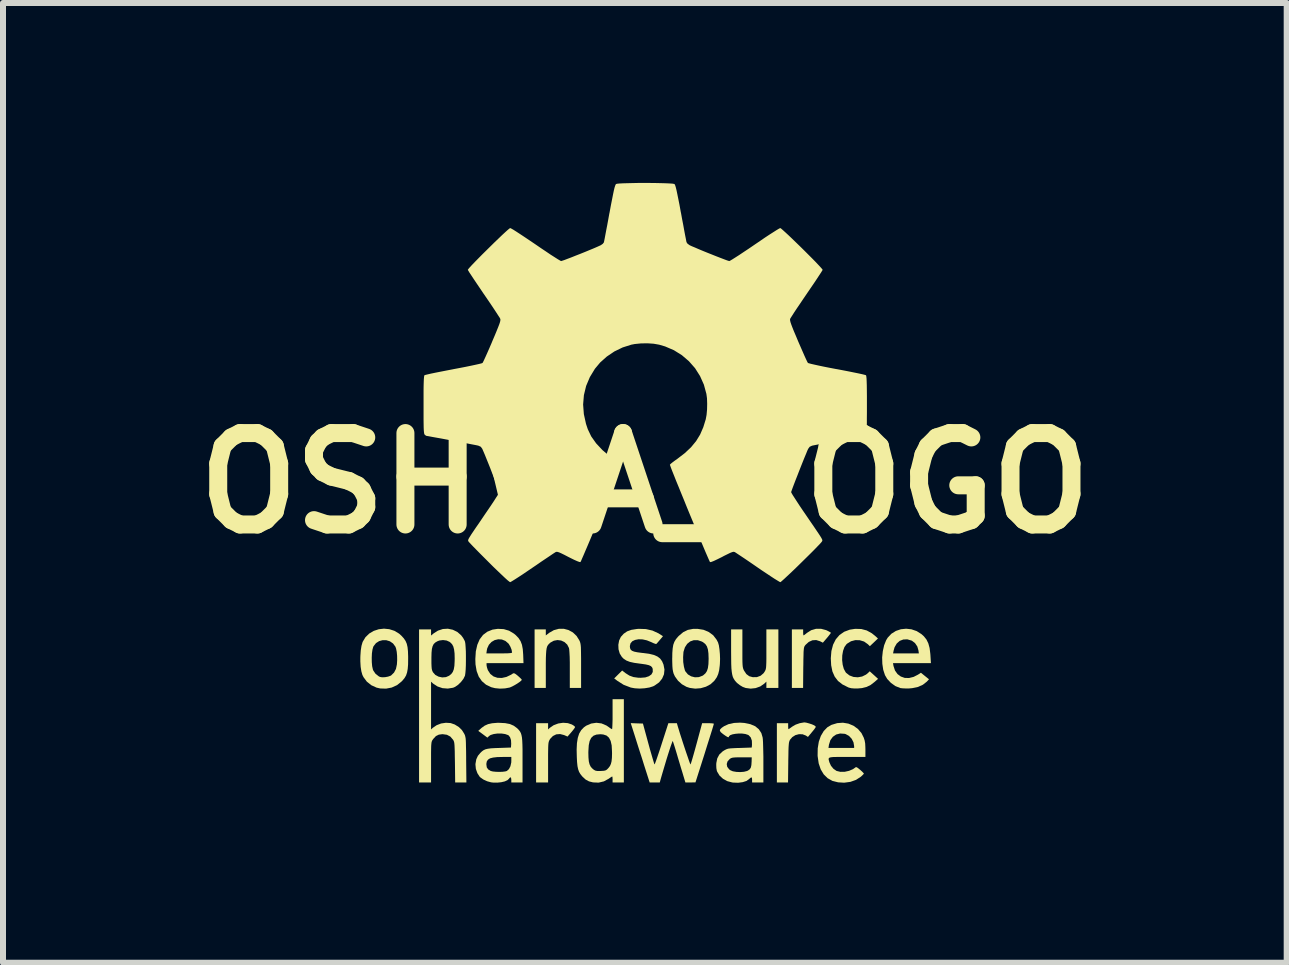
<source format=kicad_pcb>
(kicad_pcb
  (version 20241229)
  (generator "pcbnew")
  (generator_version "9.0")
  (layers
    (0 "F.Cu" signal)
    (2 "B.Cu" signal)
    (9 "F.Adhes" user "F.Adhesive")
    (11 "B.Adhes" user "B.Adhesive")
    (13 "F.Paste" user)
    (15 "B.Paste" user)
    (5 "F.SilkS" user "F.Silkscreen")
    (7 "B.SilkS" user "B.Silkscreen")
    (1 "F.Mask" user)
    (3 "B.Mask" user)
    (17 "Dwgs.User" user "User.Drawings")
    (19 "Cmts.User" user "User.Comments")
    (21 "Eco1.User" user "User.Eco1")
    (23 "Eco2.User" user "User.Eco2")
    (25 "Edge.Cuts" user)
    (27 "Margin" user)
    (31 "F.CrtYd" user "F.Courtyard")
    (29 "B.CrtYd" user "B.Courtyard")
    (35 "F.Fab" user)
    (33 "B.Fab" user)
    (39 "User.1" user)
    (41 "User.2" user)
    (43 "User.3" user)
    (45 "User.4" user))
  (footprint "OSHWA_LOGO"
    (layer "F.Cu")
    (at 7.7 5.004)
    (property "Reference" "OSHWA_LOGO" (at 0 0 0) (layer "F.SilkS") (effects (font (size 1.524 1.524) (thickness 0.3))))
    (attr board_only exclude_from_pos_files exclude_from_bom)
    (fp_poly (pts (xy -1.284 4.001) (xy -1.216 4.024) (xy -1.185 4.043) (xy -1.166 4.06) (xy -1.163 4.066) (xy -1.171 4.082) (xy -1.191 4.11) (xy -1.22 4.146) (xy -1.226 4.153) (xy -1.289 4.225) (xy -1.346 4.2) (xy -1.413 4.183) (xy -1.477 4.188) (xy -1.533 4.216) (xy -1.579 4.264) (xy -1.587 4.278) (xy -1.595 4.293) (xy -1.601 4.309) (xy -1.606 4.33) (xy -1.609 4.359) (xy -1.611 4.399) (xy -1.612 4.452) (xy -1.613 4.523) (xy -1.613 4.614) (xy -1.613 4.657) (xy -1.613 4.99) (xy -1.813 4.99) (xy -1.813 4.002) (xy -1.613 4.002) (xy -1.613 4.106) (xy -1.585 4.08) (xy -1.521 4.036) (xy -1.444 4.007) (xy -1.363 3.995)) (stroke (width 0) (type solid)) (fill yes) (layer "F.SilkS"))
    (fp_poly (pts (xy 3.02 2.45) (xy 3.036 2.457) (xy 3.071 2.475) (xy 3.095 2.489) (xy 3.102 2.495) (xy 3.094 2.508) (xy 3.074 2.534) (xy 3.045 2.57) (xy 3.035 2.582) (xy 2.968 2.66) (xy 2.92 2.636) (xy 2.857 2.616) (xy 2.793 2.62) (xy 2.733 2.647) (xy 2.68 2.695) (xy 2.671 2.706) (xy 2.663 2.718) (xy 2.657 2.731) (xy 2.652 2.75) (xy 2.649 2.778) (xy 2.646 2.816) (xy 2.645 2.869) (xy 2.643 2.94) (xy 2.642 3.031) (xy 2.641 3.077) (xy 2.638 3.414) (xy 2.451 3.414) (xy 2.451 2.439) (xy 2.639 2.439) (xy 2.639 2.489) (xy 2.64 2.52) (xy 2.645 2.537) (xy 2.646 2.539) (xy 2.659 2.531) (xy 2.684 2.512) (xy 2.702 2.497) (xy 2.773 2.452) (xy 2.852 2.429) (xy 2.936 2.428)) (stroke (width 0) (type solid)) (fill yes) (layer "F.SilkS"))
    (fp_poly (pts (xy 2.695 3.994) (xy 2.739 4.006) (xy 2.785 4.021) (xy 2.821 4.037) (xy 2.832 4.044) (xy 2.847 4.056) (xy 2.848 4.068) (xy 2.835 4.088) (xy 2.824 4.104) (xy 2.793 4.142) (xy 2.76 4.182) (xy 2.755 4.188) (xy 2.719 4.231) (xy 2.684 4.208) (xy 2.63 4.187) (xy 2.57 4.185) (xy 2.51 4.201) (xy 2.458 4.234) (xy 2.42 4.278) (xy 2.413 4.292) (xy 2.407 4.309) (xy 2.402 4.331) (xy 2.399 4.361) (xy 2.396 4.403) (xy 2.394 4.46) (xy 2.393 4.534) (xy 2.391 4.63) (xy 2.391 4.655) (xy 2.387 4.99) (xy 2.201 4.99) (xy 2.201 4.002) (xy 2.389 4.002) (xy 2.389 4.052) (xy 2.39 4.083) (xy 2.393 4.101) (xy 2.395 4.102) (xy 2.407 4.095) (xy 2.433 4.077) (xy 2.457 4.059) (xy 2.514 4.026) (xy 2.582 4.002) (xy 2.649 3.99) (xy 2.662 3.989)) (stroke (width 0) (type solid)) (fill yes) (layer "F.SilkS"))
    (fp_poly (pts (xy -1.273 2.449) (xy -1.2 2.489) (xy -1.138 2.548) (xy -1.093 2.62) (xy -1.084 2.639) (xy -1.078 2.657) (xy -1.073 2.677) (xy -1.069 2.704) (xy -1.066 2.739) (xy -1.065 2.785) (xy -1.064 2.847) (xy -1.063 2.928) (xy -1.063 3.029) (xy -1.063 3.048) (xy -1.063 3.414) (xy -1.251 3.414) (xy -1.251 3.106) (xy -1.251 2.99) (xy -1.253 2.895) (xy -1.257 2.822) (xy -1.261 2.771) (xy -1.265 2.749) (xy -1.294 2.692) (xy -1.339 2.65) (xy -1.395 2.624) (xy -1.456 2.616) (xy -1.517 2.627) (xy -1.574 2.658) (xy -1.577 2.661) (xy -1.598 2.68) (xy -1.615 2.699) (xy -1.628 2.722) (xy -1.637 2.752) (xy -1.643 2.792) (xy -1.647 2.845) (xy -1.65 2.914) (xy -1.651 3.002) (xy -1.651 3.095) (xy -1.651 3.414) (xy -1.838 3.414) (xy -1.838 2.439) (xy -1.651 2.439) (xy -1.651 2.539) (xy -1.594 2.495) (xy -1.517 2.451) (xy -1.435 2.429) (xy -1.352 2.428)) (stroke (width 0) (type solid)) (fill yes) (layer "F.SilkS"))
    (fp_poly (pts (xy 1.626 2.755) (xy 1.626 2.852) (xy 1.626 2.928) (xy 1.627 2.986) (xy 1.629 3.029) (xy 1.632 3.06) (xy 1.637 3.084) (xy 1.643 3.103) (xy 1.651 3.12) (xy 1.654 3.126) (xy 1.692 3.183) (xy 1.74 3.219) (xy 1.799 3.235) (xy 1.868 3.234) (xy 1.93 3.211) (xy 1.979 3.169) (xy 1.995 3.146) (xy 2.004 3.13) (xy 2.012 3.114) (xy 2.017 3.095) (xy 2.021 3.071) (xy 2.023 3.038) (xy 2.025 2.992) (xy 2.026 2.93) (xy 2.026 2.849) (xy 2.026 2.766) (xy 2.026 2.439) (xy 2.226 2.439) (xy 2.226 3.414) (xy 2.026 3.414) (xy 2.026 3.309) (xy 1.992 3.342) (xy 1.925 3.389) (xy 1.847 3.417) (xy 1.764 3.426) (xy 1.681 3.415) (xy 1.632 3.397) (xy 1.585 3.369) (xy 1.539 3.333) (xy 1.523 3.317) (xy 1.5 3.29) (xy 1.482 3.262) (xy 1.467 3.231) (xy 1.457 3.194) (xy 1.449 3.147) (xy 1.443 3.088) (xy 1.44 3.013) (xy 1.439 2.92) (xy 1.438 2.805) (xy 1.438 2.787) (xy 1.438 2.439) (xy 1.626 2.439)) (stroke (width 0) (type solid)) (fill yes) (layer "F.SilkS"))
    (fp_poly (pts (xy 3.608 2.432) (xy 3.699 2.456) (xy 3.784 2.503) (xy 3.847 2.554) (xy 3.886 2.59) (xy 3.819 2.654) (xy 3.751 2.718) (xy 3.717 2.685) (xy 3.655 2.641) (xy 3.583 2.619) (xy 3.509 2.617) (xy 3.437 2.636) (xy 3.372 2.676) (xy 3.361 2.686) (xy 3.327 2.733) (xy 3.304 2.797) (xy 3.291 2.872) (xy 3.289 2.951) (xy 3.298 3.028) (xy 3.317 3.097) (xy 3.347 3.152) (xy 3.355 3.162) (xy 3.411 3.206) (xy 3.478 3.231) (xy 3.55 3.237) (xy 3.622 3.224) (xy 3.687 3.192) (xy 3.716 3.169) (xy 3.749 3.137) (xy 3.819 3.2) (xy 3.888 3.263) (xy 3.832 3.312) (xy 3.764 3.365) (xy 3.696 3.398) (xy 3.619 3.417) (xy 3.552 3.423) (xy 3.489 3.423) (xy 3.441 3.419) (xy 3.401 3.409) (xy 3.387 3.403) (xy 3.294 3.356) (xy 3.22 3.298) (xy 3.165 3.226) (xy 3.127 3.14) (xy 3.106 3.036) (xy 3.1 2.92) (xy 3.11 2.799) (xy 3.138 2.693) (xy 3.183 2.604) (xy 3.245 2.532) (xy 3.323 2.478) (xy 3.416 2.443) (xy 3.507 2.429)) (stroke (width 0) (type solid)) (fill yes) (layer "F.SilkS"))
    (fp_poly (pts (xy 4.445 2.437) (xy 4.532 2.467) (xy 4.611 2.517) (xy 4.652 2.554) (xy 4.695 2.608) (xy 4.726 2.672) (xy 4.747 2.749) (xy 4.759 2.845) (xy 4.761 2.871) (xy 4.769 3.001) (xy 4.137 3.001) (xy 4.145 3.048) (xy 4.17 3.124) (xy 4.212 3.183) (xy 4.267 3.224) (xy 4.332 3.247) (xy 4.404 3.249) (xy 4.481 3.23) (xy 4.555 3.192) (xy 4.602 3.161) (xy 4.67 3.216) (xy 4.737 3.27) (xy 4.7 3.31) (xy 4.635 3.361) (xy 4.553 3.398) (xy 4.457 3.418) (xy 4.402 3.423) (xy 4.348 3.423) (xy 4.299 3.421) (xy 4.264 3.417) (xy 4.258 3.416) (xy 4.176 3.383) (xy 4.102 3.33) (xy 4.04 3.264) (xy 4.003 3.201) (xy 3.974 3.112) (xy 3.959 3.012) (xy 3.956 2.906) (xy 3.963 2.839) (xy 4.138 2.839) (xy 4.568 2.839) (xy 4.561 2.789) (xy 4.542 2.723) (xy 4.504 2.667) (xy 4.453 2.628) (xy 4.447 2.625) (xy 4.375 2.604) (xy 4.308 2.607) (xy 4.248 2.63) (xy 4.199 2.674) (xy 4.163 2.736) (xy 4.147 2.792) (xy 4.138 2.839) (xy 3.963 2.839) (xy 3.967 2.801) (xy 3.989 2.703) (xy 4.023 2.618) (xy 4.048 2.577) (xy 4.11 2.511) (xy 4.185 2.464) (xy 4.268 2.436) (xy 4.356 2.427)) (stroke (width 0) (type solid)) (fill yes) (layer "F.SilkS"))
    (fp_poly (pts (xy -4.26 2.435) (xy -4.175 2.462) (xy -4.097 2.509) (xy -4.057 2.545) (xy -4.018 2.588) (xy -3.989 2.631) (xy -3.969 2.678) (xy -3.956 2.734) (xy -3.949 2.803) (xy -3.946 2.891) (xy -3.946 2.926) (xy -3.947 3.022) (xy -3.953 3.097) (xy -3.964 3.157) (xy -3.981 3.207) (xy -4.007 3.251) (xy -4.042 3.293) (xy -4.057 3.308) (xy -4.132 3.368) (xy -4.22 3.408) (xy -4.314 3.426) (xy -4.412 3.423) (xy -4.473 3.409) (xy -4.56 3.369) (xy -4.634 3.31) (xy -4.69 3.235) (xy -4.709 3.197) (xy -4.726 3.137) (xy -4.738 3.06) (xy -4.743 2.972) (xy -4.743 2.911) (xy -4.553 2.911) (xy -4.552 2.985) (xy -4.546 3.052) (xy -4.534 3.106) (xy -4.528 3.122) (xy -4.491 3.177) (xy -4.437 3.22) (xy -4.415 3.231) (xy -4.379 3.237) (xy -4.331 3.235) (xy -4.282 3.226) (xy -4.241 3.212) (xy -4.23 3.206) (xy -4.181 3.158) (xy -4.149 3.097) (xy -4.133 3.02) (xy -4.133 3.018) (xy -4.129 2.95) (xy -4.13 2.879) (xy -4.136 2.813) (xy -4.147 2.758) (xy -4.158 2.727) (xy -4.198 2.673) (xy -4.25 2.637) (xy -4.309 2.619) (xy -4.371 2.618) (xy -4.43 2.634) (xy -4.482 2.667) (xy -4.522 2.718) (xy -4.528 2.73) (xy -4.541 2.776) (xy -4.55 2.839) (xy -4.553 2.911) (xy -4.743 2.911) (xy -4.742 2.88) (xy -4.736 2.791) (xy -4.724 2.713) (xy -4.706 2.651) (xy -4.703 2.644) (xy -4.657 2.568) (xy -4.594 2.507) (xy -4.519 2.463) (xy -4.436 2.436) (xy -4.349 2.426)) (stroke (width 0) (type solid)) (fill yes) (layer "F.SilkS"))
    (fp_poly (pts (xy 0.978 2.445) (xy 1.066 2.482) (xy 1.14 2.537) (xy 1.196 2.61) (xy 1.22 2.656) (xy 1.234 2.704) (xy 1.244 2.771) (xy 1.251 2.849) (xy 1.254 2.931) (xy 1.251 3.012) (xy 1.249 3.038) (xy 1.239 3.119) (xy 1.223 3.182) (xy 1.2 3.235) (xy 1.165 3.286) (xy 1.156 3.297) (xy 1.095 3.353) (xy 1.018 3.394) (xy 0.931 3.419) (xy 0.84 3.426) (xy 0.75 3.414) (xy 0.694 3.396) (xy 0.618 3.353) (xy 0.552 3.293) (xy 0.501 3.222) (xy 0.479 3.174) (xy 0.47 3.14) (xy 0.463 3.101) (xy 0.459 3.051) (xy 0.457 2.986) (xy 0.456 2.926) (xy 0.457 2.903) (xy 0.638 2.903) (xy 0.64 2.984) (xy 0.651 3.058) (xy 0.667 3.119) (xy 0.677 3.14) (xy 0.718 3.189) (xy 0.772 3.221) (xy 0.835 3.237) (xy 0.9 3.234) (xy 0.961 3.211) (xy 0.975 3.202) (xy 1.01 3.171) (xy 1.035 3.133) (xy 1.051 3.083) (xy 1.06 3.017) (xy 1.063 2.931) (xy 1.063 2.926) (xy 1.06 2.838) (xy 1.051 2.771) (xy 1.034 2.72) (xy 1.008 2.682) (xy 0.97 2.652) (xy 0.95 2.641) (xy 0.882 2.618) (xy 0.816 2.618) (xy 0.756 2.639) (xy 0.706 2.679) (xy 0.668 2.737) (xy 0.645 2.809) (xy 0.643 2.823) (xy 0.638 2.903) (xy 0.457 2.903) (xy 0.458 2.831) (xy 0.464 2.755) (xy 0.474 2.695) (xy 0.492 2.646) (xy 0.518 2.602) (xy 0.553 2.56) (xy 0.568 2.545) (xy 0.639 2.485) (xy 0.716 2.447) (xy 0.803 2.43) (xy 0.877 2.429)) (stroke (width 0) (type solid)) (fill yes) (layer "F.SilkS"))
    (fp_poly (pts (xy -2.352 2.434) (xy -2.264 2.46) (xy -2.182 2.509) (xy -2.153 2.533) (xy -2.106 2.582) (xy -2.072 2.634) (xy -2.049 2.694) (xy -2.035 2.768) (xy -2.028 2.861) (xy -2.023 3.001) (xy -2.639 3.001) (xy -2.639 3.036) (xy -2.633 3.069) (xy -2.62 3.11) (xy -2.615 3.121) (xy -2.576 3.181) (xy -2.522 3.223) (xy -2.458 3.245) (xy -2.385 3.248) (xy -2.308 3.231) (xy -2.23 3.194) (xy -2.2 3.174) (xy -2.185 3.169) (xy -2.166 3.175) (xy -2.138 3.195) (xy -2.115 3.214) (xy -2.083 3.243) (xy -2.06 3.266) (xy -2.051 3.278) (xy -2.061 3.293) (xy -2.088 3.315) (xy -2.126 3.341) (xy -2.169 3.367) (xy -2.212 3.39) (xy -2.249 3.406) (xy -2.256 3.408) (xy -2.331 3.422) (xy -2.416 3.426) (xy -2.498 3.418) (xy -2.561 3.402) (xy -2.648 3.36) (xy -2.717 3.301) (xy -2.769 3.226) (xy -2.804 3.133) (xy -2.823 3.022) (xy -2.826 2.934) (xy -2.82 2.839) (xy -2.642 2.839) (xy -2.428 2.839) (xy -2.346 2.838) (xy -2.286 2.837) (xy -2.245 2.834) (xy -2.222 2.83) (xy -2.214 2.825) (xy -2.214 2.823) (xy -2.221 2.779) (xy -2.241 2.728) (xy -2.267 2.683) (xy -2.273 2.675) (xy -2.324 2.631) (xy -2.383 2.607) (xy -2.444 2.603) (xy -2.504 2.617) (xy -2.557 2.648) (xy -2.6 2.695) (xy -2.628 2.755) (xy -2.635 2.789) (xy -2.642 2.839) (xy -2.82 2.839) (xy -2.818 2.805) (xy -2.793 2.695) (xy -2.753 2.603) (xy -2.697 2.53) (xy -2.626 2.477) (xy -2.539 2.442) (xy -2.451 2.429)) (stroke (width 0) (type solid)) (fill yes) (layer "F.SilkS"))
    (fp_poly (pts (xy 3.393 4.009) (xy 3.477 4.044) (xy 3.551 4.097) (xy 3.611 4.167) (xy 3.65 4.245) (xy 3.664 4.29) (xy 3.673 4.339) (xy 3.676 4.399) (xy 3.677 4.44) (xy 3.677 4.565) (xy 3.37 4.565) (xy 3.273 4.565) (xy 3.197 4.565) (xy 3.142 4.566) (xy 3.103 4.57) (xy 3.079 4.576) (xy 3.067 4.586) (xy 3.063 4.6) (xy 3.067 4.619) (xy 3.074 4.645) (xy 3.077 4.655) (xy 3.103 4.712) (xy 3.144 4.762) (xy 3.193 4.796) (xy 3.197 4.798) (xy 3.26 4.813) (xy 3.333 4.812) (xy 3.405 4.796) (xy 3.47 4.768) (xy 3.504 4.744) (xy 3.517 4.735) (xy 3.531 4.736) (xy 3.552 4.749) (xy 3.586 4.777) (xy 3.589 4.779) (xy 3.621 4.808) (xy 3.643 4.831) (xy 3.652 4.842) (xy 3.643 4.854) (xy 3.621 4.876) (xy 3.6 4.895) (xy 3.52 4.947) (xy 3.427 4.98) (xy 3.323 4.994) (xy 3.222 4.988) (xy 3.127 4.964) (xy 3.047 4.919) (xy 2.982 4.855) (xy 2.932 4.772) (xy 2.898 4.672) (xy 2.881 4.554) (xy 2.88 4.54) (xy 2.882 4.42) (xy 2.883 4.415) (xy 3.061 4.415) (xy 3.489 4.415) (xy 3.489 4.385) (xy 3.478 4.321) (xy 3.448 4.262) (xy 3.403 4.214) (xy 3.348 4.184) (xy 3.331 4.179) (xy 3.255 4.174) (xy 3.189 4.191) (xy 3.134 4.229) (xy 3.093 4.285) (xy 3.07 4.358) (xy 3.069 4.362) (xy 3.061 4.415) (xy 2.883 4.415) (xy 2.9 4.31) (xy 2.934 4.214) (xy 2.982 4.133) (xy 3.043 4.07) (xy 3.111 4.03) (xy 3.207 4.001) (xy 3.302 3.994)) (stroke (width 0) (type solid)) (fill yes) (layer "F.SilkS"))
    (fp_poly (pts (xy 0.017 2.433) (xy 0.127 2.458) (xy 0.229 2.505) (xy 0.242 2.514) (xy 0.302 2.552) (xy 0.25 2.614) (xy 0.222 2.647) (xy 0.2 2.672) (xy 0.189 2.682) (xy 0.174 2.679) (xy 0.144 2.668) (xy 0.108 2.651) (xy 0.034 2.621) (xy -0.038 2.605) (xy -0.105 2.603) (xy -0.163 2.614) (xy -0.209 2.636) (xy -0.239 2.671) (xy -0.25 2.716) (xy -0.25 2.716) (xy -0.247 2.75) (xy -0.236 2.776) (xy -0.214 2.795) (xy -0.178 2.809) (xy -0.125 2.82) (xy -0.05 2.83) (xy -0.028 2.832) (xy 0.071 2.845) (xy 0.149 2.864) (xy 0.209 2.89) (xy 0.254 2.924) (xy 0.287 2.969) (xy 0.311 3.025) (xy 0.327 3.108) (xy 0.319 3.187) (xy 0.288 3.259) (xy 0.237 3.322) (xy 0.165 3.373) (xy 0.139 3.387) (xy 0.076 3.407) (xy -0.003 3.42) (xy -0.087 3.425) (xy -0.169 3.42) (xy -0.234 3.408) (xy -0.354 3.362) (xy -0.459 3.295) (xy -0.511 3.256) (xy -0.445 3.19) (xy -0.378 3.124) (xy -0.32 3.169) (xy -0.257 3.209) (xy -0.19 3.233) (xy -0.111 3.244) (xy -0.069 3.245) (xy 0.008 3.239) (xy 0.068 3.219) (xy 0.11 3.189) (xy 0.132 3.148) (xy 0.131 3.099) (xy 0.131 3.096) (xy 0.12 3.07) (xy 0.1 3.05) (xy 0.067 3.035) (xy 0.017 3.023) (xy -0.052 3.013) (xy -0.083 3.009) (xy -0.177 2.996) (xy -0.25 2.98) (xy -0.307 2.958) (xy -0.352 2.929) (xy -0.383 2.898) (xy -0.419 2.84) (xy -0.439 2.77) (xy -0.442 2.695) (xy -0.429 2.624) (xy -0.4 2.563) (xy -0.352 2.51) (xy -0.295 2.471) (xy -0.225 2.446) (xy -0.136 2.432) (xy -0.105 2.429)) (stroke (width 0) (type solid)) (fill yes) (layer "F.SilkS"))
    (fp_poly (pts (xy -0.35 4.99) (xy -0.538 4.99) (xy -0.538 4.94) (xy -0.539 4.909) (xy -0.543 4.891) (xy -0.544 4.89) (xy -0.557 4.897) (xy -0.583 4.914) (xy -0.601 4.927) (xy -0.683 4.972) (xy -0.771 4.993) (xy -0.864 4.989) (xy -0.864 4.989) (xy -0.931 4.972) (xy -0.987 4.942) (xy -1.04 4.893) (xy -1.047 4.885) (xy -1.076 4.849) (xy -1.097 4.812) (xy -1.112 4.77) (xy -1.123 4.718) (xy -1.13 4.65) (xy -1.134 4.571) (xy -1.136 4.489) (xy -0.942 4.489) (xy -0.94 4.574) (xy -0.934 4.639) (xy -0.922 4.687) (xy -0.904 4.725) (xy -0.879 4.755) (xy -0.878 4.755) (xy -0.85 4.779) (xy -0.824 4.793) (xy -0.793 4.799) (xy -0.748 4.799) (xy -0.726 4.798) (xy -0.681 4.795) (xy -0.653 4.788) (xy -0.631 4.774) (xy -0.607 4.749) (xy -0.605 4.747) (xy -0.582 4.716) (xy -0.566 4.681) (xy -0.555 4.638) (xy -0.549 4.581) (xy -0.547 4.507) (xy -0.548 4.467) (xy -0.553 4.372) (xy -0.57 4.298) (xy -0.598 4.244) (xy -0.639 4.208) (xy -0.694 4.19) (xy -0.743 4.186) (xy -0.807 4.192) (xy -0.857 4.211) (xy -0.894 4.246) (xy -0.92 4.298) (xy -0.935 4.369) (xy -0.941 4.462) (xy -0.942 4.489) (xy -1.136 4.489) (xy -1.137 4.442) (xy -1.132 4.335) (xy -1.118 4.247) (xy -1.095 4.175) (xy -1.061 4.118) (xy -1.017 4.072) (xy -0.978 4.044) (xy -0.895 4.008) (xy -0.808 3.995) (xy -0.722 4.006) (xy -0.64 4.041) (xy -0.606 4.064) (xy -0.576 4.086) (xy -0.553 4.099) (xy -0.547 4.102) (xy -0.544 4.09) (xy -0.542 4.057) (xy -0.54 4.006) (xy -0.538 3.942) (xy -0.538 3.867) (xy -0.538 3.852) (xy -0.538 3.602) (xy -0.35 3.602)) (stroke (width 0) (type solid)) (fill yes) (layer "F.SilkS"))
    (fp_poly (pts (xy -0.133 4.005) (xy -0.032 4.008) (xy 0.061 4.349) (xy 0.085 4.437) (xy 0.108 4.516) (xy 0.128 4.585) (xy 0.144 4.638) (xy 0.155 4.674) (xy 0.162 4.689) (xy 0.162 4.69) (xy 0.168 4.678) (xy 0.18 4.646) (xy 0.198 4.596) (xy 0.22 4.531) (xy 0.246 4.454) (xy 0.274 4.368) (xy 0.281 4.346) (xy 0.392 4.002) (xy 0.534 4.002) (xy 0.549 4.055) (xy 0.566 4.11) (xy 0.586 4.176) (xy 0.61 4.25) (xy 0.635 4.328) (xy 0.661 4.407) (xy 0.686 4.482) (xy 0.71 4.551) (xy 0.73 4.61) (xy 0.746 4.655) (xy 0.757 4.683) (xy 0.761 4.69) (xy 0.766 4.678) (xy 0.777 4.645) (xy 0.792 4.595) (xy 0.811 4.529) (xy 0.833 4.451) (xy 0.857 4.364) (xy 0.862 4.346) (xy 0.955 4.002) (xy 1.053 4.002) (xy 1.099 4.003) (xy 1.133 4.006) (xy 1.15 4.01) (xy 1.151 4.011) (xy 1.147 4.025) (xy 1.137 4.06) (xy 1.121 4.113) (xy 1.099 4.183) (xy 1.073 4.266) (xy 1.043 4.36) (xy 1.011 4.463) (xy 0.998 4.505) (xy 0.844 4.989) (xy 0.76 4.99) (xy 0.676 4.99) (xy 0.639 4.868) (xy 0.623 4.814) (xy 0.601 4.743) (xy 0.577 4.662) (xy 0.552 4.579) (xy 0.537 4.527) (xy 0.516 4.457) (xy 0.497 4.395) (xy 0.481 4.345) (xy 0.47 4.312) (xy 0.464 4.299) (xy 0.459 4.309) (xy 0.448 4.339) (xy 0.431 4.386) (xy 0.411 4.447) (xy 0.388 4.519) (xy 0.363 4.599) (xy 0.338 4.683) (xy 0.313 4.767) (xy 0.289 4.848) (xy 0.267 4.924) (xy 0.261 4.945) (xy 0.249 4.99) (xy 0.08 4.99) (xy -0.017 4.687) (xy -0.047 4.59) (xy -0.08 4.489) (xy -0.112 4.389) (xy -0.141 4.297) (xy -0.165 4.22) (xy -0.174 4.192) (xy -0.235 4.001)) (stroke (width 0) (type solid)) (fill yes) (layer "F.SilkS"))
    (fp_poly (pts (xy -2.329 4.001) (xy -2.25 4.016) (xy -2.186 4.044) (xy -2.13 4.085) (xy -2.12 4.095) (xy -2.098 4.118) (xy -2.081 4.141) (xy -2.067 4.167) (xy -2.057 4.199) (xy -2.049 4.239) (xy -2.044 4.292) (xy -2.041 4.358) (xy -2.039 4.443) (xy -2.039 4.547) (xy -2.039 4.627) (xy -2.039 4.99) (xy -2.226 4.99) (xy -2.226 4.946) (xy -2.23 4.914) (xy -2.241 4.903) (xy -2.257 4.916) (xy -2.263 4.926) (xy -2.289 4.951) (xy -2.334 4.972) (xy -2.393 4.986) (xy -2.46 4.993) (xy -2.529 4.992) (xy -2.563 4.988) (xy -2.629 4.97) (xy -2.692 4.941) (xy -2.743 4.905) (xy -2.754 4.894) (xy -2.792 4.835) (xy -2.817 4.764) (xy -2.824 4.691) (xy -2.824 4.689) (xy -2.642 4.689) (xy -2.635 4.739) (xy -2.611 4.773) (xy -2.57 4.798) (xy -2.535 4.807) (xy -2.485 4.812) (xy -2.427 4.814) (xy -2.372 4.812) (xy -2.326 4.806) (xy -2.301 4.799) (xy -2.266 4.768) (xy -2.241 4.72) (xy -2.227 4.658) (xy -2.226 4.63) (xy -2.226 4.565) (xy -2.367 4.565) (xy -2.46 4.567) (xy -2.53 4.575) (xy -2.581 4.588) (xy -2.615 4.61) (xy -2.635 4.64) (xy -2.642 4.679) (xy -2.642 4.689) (xy -2.824 4.689) (xy -2.823 4.677) (xy -2.81 4.604) (xy -2.783 4.546) (xy -2.743 4.498) (xy -2.715 4.471) (xy -2.687 4.451) (xy -2.656 4.437) (xy -2.617 4.428) (xy -2.565 4.421) (xy -2.495 4.417) (xy -2.432 4.415) (xy -2.232 4.408) (xy -2.228 4.347) (xy -2.231 4.285) (xy -2.247 4.236) (xy -2.273 4.204) (xy -2.278 4.201) (xy -2.329 4.183) (xy -2.391 4.174) (xy -2.457 4.174) (xy -2.52 4.183) (xy -2.571 4.199) (xy -2.597 4.216) (xy -2.625 4.243) (xy -2.701 4.186) (xy -2.777 4.13) (xy -2.721 4.08) (xy -2.67 4.043) (xy -2.614 4.018) (xy -2.546 4.003) (xy -2.462 3.996) (xy -2.426 3.996)) (stroke (width 0) (type solid)) (fill yes) (layer "F.SilkS"))
    (fp_poly (pts (xy 1.659 3.998) (xy 1.76 4.019) (xy 1.84 4.053) (xy 1.9 4.103) (xy 1.942 4.167) (xy 1.963 4.238) (xy 1.967 4.269) (xy 1.97 4.32) (xy 1.972 4.388) (xy 1.974 4.469) (xy 1.976 4.559) (xy 1.976 4.648) (xy 1.976 4.99) (xy 1.788 4.99) (xy 1.788 4.946) (xy 1.785 4.914) (xy 1.775 4.905) (xy 1.755 4.917) (xy 1.739 4.933) (xy 1.694 4.965) (xy 1.631 4.985) (xy 1.556 4.995) (xy 1.472 4.992) (xy 1.457 4.99) (xy 1.374 4.968) (xy 1.302 4.928) (xy 1.244 4.874) (xy 1.205 4.809) (xy 1.2 4.795) (xy 1.192 4.751) (xy 1.19 4.693) (xy 1.191 4.683) (xy 1.365 4.683) (xy 1.373 4.729) (xy 1.405 4.771) (xy 1.425 4.786) (xy 1.467 4.804) (xy 1.525 4.814) (xy 1.589 4.817) (xy 1.652 4.812) (xy 1.704 4.799) (xy 1.722 4.79) (xy 1.75 4.769) (xy 1.767 4.741) (xy 1.776 4.7) (xy 1.78 4.641) (xy 1.78 4.636) (xy 1.782 4.571) (xy 1.617 4.571) (xy 1.549 4.571) (xy 1.5 4.573) (xy 1.467 4.576) (xy 1.444 4.582) (xy 1.426 4.591) (xy 1.417 4.597) (xy 1.379 4.638) (xy 1.365 4.683) (xy 1.191 4.683) (xy 1.191 4.669) (xy 1.207 4.589) (xy 1.241 4.525) (xy 1.296 4.473) (xy 1.322 4.456) (xy 1.346 4.443) (xy 1.368 4.433) (xy 1.393 4.426) (xy 1.427 4.422) (xy 1.473 4.419) (xy 1.536 4.416) (xy 1.582 4.415) (xy 1.782 4.408) (xy 1.786 4.362) (xy 1.784 4.293) (xy 1.765 4.239) (xy 1.73 4.202) (xy 1.718 4.196) (xy 1.675 4.182) (xy 1.623 4.175) (xy 1.566 4.174) (xy 1.51 4.179) (xy 1.461 4.188) (xy 1.423 4.202) (xy 1.403 4.22) (xy 1.401 4.229) (xy 1.395 4.237) (xy 1.375 4.231) (xy 1.34 4.209) (xy 1.302 4.182) (xy 1.266 4.152) (xy 1.25 4.127) (xy 1.256 4.104) (xy 1.283 4.078) (xy 1.321 4.052) (xy 1.395 4.018) (xy 1.486 3.998) (xy 1.587 3.993)) (stroke (width 0) (type solid)) (fill yes) (layer "F.SilkS"))
    (fp_poly (pts (xy -3.202 2.444) (xy -3.126 2.481) (xy -3.061 2.538) (xy -3.06 2.54) (xy -3.03 2.58) (xy -3.006 2.624) (xy -2.998 2.644) (xy -2.992 2.679) (xy -2.988 2.733) (xy -2.984 2.802) (xy -2.983 2.879) (xy -2.983 2.96) (xy -2.984 3.038) (xy -2.987 3.109) (xy -2.992 3.167) (xy -2.998 3.207) (xy -3 3.213) (xy -3.024 3.262) (xy -3.064 3.314) (xy -3.113 3.362) (xy -3.164 3.397) (xy -3.197 3.411) (xy -3.285 3.425) (xy -3.373 3.418) (xy -3.456 3.39) (xy -3.528 3.343) (xy -3.536 3.336) (xy -3.564 3.31) (xy -3.564 4.106) (xy -3.536 4.08) (xy -3.472 4.036) (xy -3.397 4.007) (xy -3.317 3.995) (xy -3.238 4) (xy -3.169 4.024) (xy -3.1 4.067) (xy -3.05 4.116) (xy -3.014 4.173) (xy -3.005 4.19) (xy -2.998 4.207) (xy -2.993 4.227) (xy -2.988 4.252) (xy -2.985 4.285) (xy -2.983 4.33) (xy -2.982 4.389) (xy -2.98 4.466) (xy -2.979 4.564) (xy -2.979 4.612) (xy -2.975 4.99) (xy -3.162 4.99) (xy -3.166 4.655) (xy -3.168 4.555) (xy -3.169 4.476) (xy -3.171 4.416) (xy -3.173 4.371) (xy -3.176 4.339) (xy -3.18 4.316) (xy -3.186 4.299) (xy -3.193 4.284) (xy -3.198 4.277) (xy -3.243 4.225) (xy -3.3 4.195) (xy -3.372 4.185) (xy -3.375 4.185) (xy -3.435 4.193) (xy -3.483 4.217) (xy -3.525 4.262) (xy -3.536 4.277) (xy -3.545 4.29) (xy -3.551 4.304) (xy -3.556 4.322) (xy -3.559 4.346) (xy -3.562 4.381) (xy -3.563 4.429) (xy -3.564 4.493) (xy -3.564 4.577) (xy -3.564 4.654) (xy -3.564 4.99) (xy -3.764 4.99) (xy -3.764 2.933) (xy -3.558 2.933) (xy -3.558 3.005) (xy -3.556 3.056) (xy -3.553 3.093) (xy -3.547 3.12) (xy -3.538 3.141) (xy -3.533 3.152) (xy -3.493 3.197) (xy -3.439 3.226) (xy -3.378 3.239) (xy -3.316 3.234) (xy -3.263 3.211) (xy -3.227 3.182) (xy -3.202 3.148) (xy -3.185 3.104) (xy -3.175 3.046) (xy -3.171 2.97) (xy -3.17 2.926) (xy -3.172 2.84) (xy -3.18 2.774) (xy -3.193 2.724) (xy -3.214 2.685) (xy -3.244 2.655) (xy -3.254 2.647) (xy -3.304 2.624) (xy -3.365 2.616) (xy -3.427 2.624) (xy -3.46 2.637) (xy -3.495 2.658) (xy -3.521 2.684) (xy -3.538 2.718) (xy -3.55 2.764) (xy -3.556 2.827) (xy -3.558 2.909) (xy -3.558 2.933) (xy -3.764 2.933) (xy -3.764 2.439) (xy -3.564 2.439) (xy -3.564 2.541) (xy -3.524 2.507) (xy -3.449 2.459) (xy -3.367 2.432) (xy -3.284 2.427)) (stroke (width 0) (type solid)) (fill yes) (layer "F.SilkS"))
    (fp_poly (pts (xy 0.08 -5.004) (xy 0.174 -5.003) (xy 0.263 -5.001) (xy 0.342 -4.999) (xy 0.408 -4.996) (xy 0.457 -4.993) (xy 0.487 -4.988) (xy 0.493 -4.986) (xy 0.5 -4.977) (xy 0.508 -4.958) (xy 0.517 -4.927) (xy 0.528 -4.882) (xy 0.541 -4.82) (xy 0.557 -4.741) (xy 0.577 -4.641) (xy 0.599 -4.519) (xy 0.602 -4.507) (xy 0.621 -4.402) (xy 0.64 -4.304) (xy 0.656 -4.215) (xy 0.67 -4.14) (xy 0.682 -4.08) (xy 0.69 -4.038) (xy 0.694 -4.018) (xy 0.694 -4.018) (xy 0.71 -3.993) (xy 0.741 -3.97) (xy 0.747 -3.966) (xy 0.781 -3.95) (xy 0.832 -3.929) (xy 0.894 -3.902) (xy 0.966 -3.872) (xy 1.042 -3.841) (xy 1.12 -3.81) (xy 1.195 -3.78) (xy 1.265 -3.753) (xy 1.325 -3.73) (xy 1.371 -3.713) (xy 1.4 -3.704) (xy 1.408 -3.702) (xy 1.423 -3.709) (xy 1.457 -3.729) (xy 1.506 -3.76) (xy 1.569 -3.8) (xy 1.642 -3.849) (xy 1.725 -3.904) (xy 1.813 -3.964) (xy 1.832 -3.977) (xy 1.922 -4.038) (xy 2.005 -4.095) (xy 2.081 -4.145) (xy 2.147 -4.187) (xy 2.199 -4.22) (xy 2.236 -4.242) (xy 2.256 -4.252) (xy 2.257 -4.252) (xy 2.271 -4.244) (xy 2.3 -4.219) (xy 2.341 -4.182) (xy 2.393 -4.134) (xy 2.453 -4.077) (xy 2.518 -4.014) (xy 2.586 -3.948) (xy 2.656 -3.879) (xy 2.723 -3.812) (xy 2.787 -3.748) (xy 2.845 -3.689) (xy 2.893 -3.638) (xy 2.931 -3.597) (xy 2.955 -3.569) (xy 2.964 -3.556) (xy 2.957 -3.543) (xy 2.938 -3.512) (xy 2.907 -3.465) (xy 2.867 -3.404) (xy 2.819 -3.332) (xy 2.764 -3.252) (xy 2.705 -3.165) (xy 2.699 -3.156) (xy 2.639 -3.068) (xy 2.583 -2.985) (xy 2.532 -2.91) (xy 2.489 -2.845) (xy 2.456 -2.793) (xy 2.433 -2.757) (xy 2.422 -2.739) (xy 2.422 -2.738) (xy 2.42 -2.726) (xy 2.422 -2.709) (xy 2.428 -2.683) (xy 2.44 -2.647) (xy 2.458 -2.599) (xy 2.484 -2.534) (xy 2.519 -2.452) (xy 2.556 -2.363) (xy 2.594 -2.276) (xy 2.629 -2.196) (xy 2.66 -2.125) (xy 2.686 -2.068) (xy 2.705 -2.028) (xy 2.717 -2.006) (xy 2.719 -2.003) (xy 2.734 -1.998) (xy 2.772 -1.988) (xy 2.828 -1.975) (xy 2.901 -1.959) (xy 2.987 -1.941) (xy 3.083 -1.922) (xy 3.188 -1.902) (xy 3.202 -1.9) (xy 3.307 -1.88) (xy 3.405 -1.861) (xy 3.493 -1.843) (xy 3.567 -1.828) (xy 3.626 -1.815) (xy 3.666 -1.805) (xy 3.685 -1.799) (xy 3.686 -1.799) (xy 3.69 -1.79) (xy 3.693 -1.771) (xy 3.696 -1.739) (xy 3.698 -1.693) (xy 3.7 -1.629) (xy 3.701 -1.547) (xy 3.702 -1.444) (xy 3.702 -1.319) (xy 3.702 -1.306) (xy 3.702 -1.182) (xy 3.701 -1.081) (xy 3.701 -1) (xy 3.699 -0.937) (xy 3.698 -0.89) (xy 3.695 -0.856) (xy 3.692 -0.833) (xy 3.688 -0.818) (xy 3.683 -0.809) (xy 3.682 -0.808) (xy 3.664 -0.792) (xy 3.656 -0.788) (xy 3.64 -0.786) (xy 3.604 -0.779) (xy 3.55 -0.77) (xy 3.482 -0.757) (xy 3.404 -0.743) (xy 3.318 -0.727) (xy 3.228 -0.71) (xy 3.138 -0.693) (xy 3.051 -0.676) (xy 2.971 -0.661) (xy 2.901 -0.647) (xy 2.845 -0.636) (xy 2.805 -0.628) (xy 2.787 -0.624) (xy 2.748 -0.606) (xy 2.723 -0.572) (xy 2.723 -0.572) (xy 2.708 -0.54) (xy 2.688 -0.49) (xy 2.662 -0.428) (xy 2.633 -0.356) (xy 2.602 -0.278) (xy 2.57 -0.197) (xy 2.539 -0.117) (xy 2.509 -0.041) (xy 2.483 0.027) (xy 2.462 0.083) (xy 2.447 0.125) (xy 2.439 0.148) (xy 2.439 0.151) (xy 2.446 0.166) (xy 2.465 0.199) (xy 2.496 0.247) (xy 2.536 0.309) (xy 2.583 0.381) (xy 2.637 0.461) (xy 2.688 0.535) (xy 2.758 0.638) (xy 2.816 0.722) (xy 2.861 0.789) (xy 2.897 0.842) (xy 2.923 0.882) (xy 2.941 0.911) (xy 2.952 0.932) (xy 2.958 0.946) (xy 2.959 0.956) (xy 2.957 0.964) (xy 2.954 0.97) (xy 2.953 0.972) (xy 2.939 0.99) (xy 2.911 1.021) (xy 2.869 1.064) (xy 2.818 1.117) (xy 2.758 1.177) (xy 2.693 1.241) (xy 2.625 1.308) (xy 2.557 1.375) (xy 2.49 1.44) (xy 2.427 1.5) (xy 2.37 1.553) (xy 2.323 1.597) (xy 2.287 1.629) (xy 2.265 1.648) (xy 2.259 1.651) (xy 2.243 1.644) (xy 2.21 1.624) (xy 2.161 1.594) (xy 2.1 1.554) (xy 2.028 1.506) (xy 1.948 1.453) (xy 1.884 1.409) (xy 1.8 1.351) (xy 1.721 1.297) (xy 1.65 1.249) (xy 1.59 1.209) (xy 1.543 1.178) (xy 1.513 1.158) (xy 1.502 1.151) (xy 1.489 1.146) (xy 1.474 1.145) (xy 1.453 1.151) (xy 1.422 1.163) (xy 1.379 1.184) (xy 1.318 1.214) (xy 1.285 1.232) (xy 1.21 1.269) (xy 1.151 1.297) (xy 1.11 1.313) (xy 1.088 1.317) (xy 1.086 1.316) (xy 1.079 1.302) (xy 1.063 1.267) (xy 1.04 1.214) (xy 1.01 1.145) (xy 0.975 1.062) (xy 0.935 0.967) (xy 0.891 0.863) (xy 0.845 0.751) (xy 0.797 0.635) (xy 0.748 0.517) (xy 0.699 0.398) (xy 0.652 0.281) (xy 0.606 0.169) (xy 0.563 0.063) (xy 0.523 -0.034) (xy 0.489 -0.12) (xy 0.46 -0.192) (xy 0.438 -0.249) (xy 0.424 -0.288) (xy 0.418 -0.306) (xy 0.418 -0.307) (xy 0.429 -0.32) (xy 0.457 -0.343) (xy 0.497 -0.373) (xy 0.542 -0.405) (xy 0.667 -0.501) (xy 0.77 -0.598) (xy 0.854 -0.7) (xy 0.921 -0.809) (xy 0.974 -0.931) (xy 1.015 -1.063) (xy 1.029 -1.138) (xy 1.037 -1.228) (xy 1.039 -1.323) (xy 1.036 -1.414) (xy 1.026 -1.488) (xy 0.984 -1.642) (xy 0.92 -1.785) (xy 0.837 -1.916) (xy 0.735 -2.032) (xy 0.617 -2.133) (xy 0.484 -2.216) (xy 0.337 -2.279) (xy 0.238 -2.308) (xy 0.146 -2.324) (xy 0.042 -2.331) (xy -0.066 -2.329) (xy -0.168 -2.319) (xy -0.225 -2.308) (xy -0.37 -2.262) (xy -0.508 -2.195) (xy -0.634 -2.11) (xy -0.745 -2.011) (xy -0.832 -1.907) (xy -0.917 -1.767) (xy -0.979 -1.62) (xy -1.016 -1.467) (xy -1.029 -1.311) (xy -1.017 -1.151) (xy -0.981 -0.988) (xy -0.951 -0.898) (xy -0.894 -0.779) (xy -0.812 -0.663) (xy -0.707 -0.551) (xy -0.58 -0.443) (xy -0.529 -0.405) (xy -0.482 -0.371) (xy -0.443 -0.341) (xy -0.415 -0.318) (xy -0.405 -0.307) (xy -0.409 -0.294) (xy -0.422 -0.26) (xy -0.442 -0.207) (xy -0.469 -0.138) (xy -0.502 -0.056) (xy -0.54 0.039) (xy -0.583 0.143) (xy -0.628 0.254) (xy -0.675 0.37) (xy -0.724 0.488) (xy -0.773 0.607) (xy -0.821 0.724) (xy -0.868 0.837) (xy -0.912 0.943) (xy -0.953 1.04) (xy -0.99 1.126) (xy -1.021 1.199) (xy -1.046 1.256) (xy -1.063 1.296) (xy -1.073 1.315) (xy -1.074 1.316) (xy -1.089 1.315) (xy -1.125 1.302) (xy -1.179 1.278) (xy -1.25 1.243) (xy -1.272 1.232) (xy -1.341 1.196) (xy -1.392 1.171) (xy -1.428 1.155) (xy -1.453 1.147) (xy -1.47 1.145) (xy -1.484 1.148) (xy -1.489 1.151) (xy -1.507 1.162) (xy -1.542 1.185) (xy -1.592 1.219) (xy -1.656 1.262) (xy -1.729 1.311) (xy -1.81 1.367) (xy -1.872 1.409) (xy -1.956 1.466) (xy -2.034 1.519) (xy -2.103 1.564) (xy -2.162 1.602) (xy -2.207 1.63) (xy -2.236 1.647) (xy -2.246 1.651) (xy -2.26 1.642) (xy -2.29 1.618) (xy -2.333 1.579) (xy -2.388 1.527) (xy -2.453 1.465) (xy -2.526 1.395) (xy -2.598 1.323) (xy -2.674 1.247) (xy -2.744 1.177) (xy -2.806 1.114) (xy -2.859 1.06) (xy -2.9 1.017) (xy -2.928 0.987) (xy -2.94 0.973) (xy -2.94 0.972) (xy -2.944 0.965) (xy -2.946 0.958) (xy -2.946 0.949) (xy -2.941 0.936) (xy -2.932 0.917) (xy -2.915 0.89) (xy -2.892 0.853) (xy -2.859 0.804) (xy -2.816 0.74) (xy -2.761 0.661) (xy -2.695 0.563) (xy -2.676 0.535) (xy -2.618 0.45) (xy -2.564 0.371) (xy -2.517 0.3) (xy -2.479 0.24) (xy -2.449 0.194) (xy -2.431 0.163) (xy -2.426 0.151) (xy -2.431 0.136) (xy -2.443 0.1) (xy -2.462 0.049) (xy -2.487 -0.015) (xy -2.515 -0.088) (xy -2.546 -0.167) (xy -2.577 -0.248) (xy -2.609 -0.328) (xy -2.639 -0.402) (xy -2.666 -0.469) (xy -2.689 -0.523) (xy -2.706 -0.562) (xy -2.71 -0.572) (xy -2.735 -0.606) (xy -2.774 -0.624) (xy -2.775 -0.624) (xy -2.795 -0.629) (xy -2.835 -0.637) (xy -2.893 -0.648) (xy -2.964 -0.662) (xy -3.044 -0.677) (xy -3.131 -0.694) (xy -3.221 -0.711) (xy -3.311 -0.728) (xy -3.396 -0.744) (xy -3.475 -0.758) (xy -3.542 -0.77) (xy -3.595 -0.78) (xy -3.63 -0.786) (xy -3.643 -0.788) (xy -3.656 -0.796) (xy -3.67 -0.808) (xy -3.675 -0.815) (xy -3.679 -0.828) (xy -3.682 -0.849) (xy -3.685 -0.881) (xy -3.687 -0.925) (xy -3.688 -0.984) (xy -3.689 -1.06) (xy -3.689 -1.156) (xy -3.689 -1.274) (xy -3.689 -1.306) (xy -3.689 -1.434) (xy -3.689 -1.539) (xy -3.688 -1.623) (xy -3.686 -1.688) (xy -3.684 -1.736) (xy -3.681 -1.769) (xy -3.678 -1.789) (xy -3.674 -1.798) (xy -3.673 -1.799) (xy -3.657 -1.804) (xy -3.62 -1.813) (xy -3.564 -1.826) (xy -3.491 -1.841) (xy -3.405 -1.858) (xy -3.308 -1.877) (xy -3.204 -1.897) (xy -3.19 -1.9) (xy -3.084 -1.92) (xy -2.986 -1.939) (xy -2.899 -1.957) (xy -2.824 -1.973) (xy -2.766 -1.986) (xy -2.725 -1.996) (xy -2.707 -2.003) (xy -2.706 -2.003) (xy -2.697 -2.019) (xy -2.68 -2.054) (xy -2.656 -2.106) (xy -2.626 -2.173) (xy -2.592 -2.25) (xy -2.555 -2.336) (xy -2.544 -2.363) (xy -2.501 -2.464) (xy -2.468 -2.544) (xy -2.443 -2.606) (xy -2.425 -2.653) (xy -2.414 -2.687) (xy -2.409 -2.711) (xy -2.408 -2.728) (xy -2.41 -2.738) (xy -2.419 -2.756) (xy -2.442 -2.791) (xy -2.475 -2.842) (xy -2.517 -2.906) (xy -2.567 -2.981) (xy -2.623 -3.063) (xy -2.683 -3.151) (xy -2.687 -3.156) (xy -2.746 -3.244) (xy -2.801 -3.325) (xy -2.85 -3.398) (xy -2.891 -3.46) (xy -2.923 -3.508) (xy -2.943 -3.541) (xy -2.951 -3.556) (xy -2.951 -3.556) (xy -2.943 -3.569) (xy -2.918 -3.598) (xy -2.88 -3.639) (xy -2.831 -3.69) (xy -2.774 -3.748) (xy -2.71 -3.813) (xy -2.642 -3.88) (xy -2.573 -3.948) (xy -2.505 -4.015) (xy -2.439 -4.078) (xy -2.38 -4.135) (xy -2.328 -4.183) (xy -2.287 -4.22) (xy -2.258 -4.244) (xy -2.245 -4.252) (xy -2.229 -4.245) (xy -2.195 -4.226) (xy -2.146 -4.195) (xy -2.083 -4.154) (xy -2.009 -4.105) (xy -1.927 -4.05) (xy -1.838 -3.99) (xy -1.819 -3.977) (xy -1.73 -3.916) (xy -1.646 -3.86) (xy -1.571 -3.809) (xy -1.505 -3.767) (xy -1.453 -3.734) (xy -1.416 -3.712) (xy -1.397 -3.702) (xy -1.396 -3.702) (xy -1.379 -3.707) (xy -1.342 -3.719) (xy -1.29 -3.739) (xy -1.226 -3.763) (xy -1.154 -3.792) (xy -1.077 -3.822) (xy -1 -3.853) (xy -0.925 -3.884) (xy -0.857 -3.912) (xy -0.799 -3.937) (xy -0.755 -3.957) (xy -0.735 -3.966) (xy -0.702 -3.989) (xy -0.683 -4.013) (xy -0.682 -4.018) (xy -0.678 -4.036) (xy -0.67 -4.076) (xy -0.659 -4.135) (xy -0.645 -4.21) (xy -0.628 -4.297) (xy -0.61 -4.395) (xy -0.591 -4.5) (xy -0.589 -4.507) (xy -0.566 -4.632) (xy -0.546 -4.733) (xy -0.53 -4.814) (xy -0.517 -4.877) (xy -0.506 -4.923) (xy -0.496 -4.955) (xy -0.488 -4.975) (xy -0.481 -4.985) (xy -0.481 -4.986) (xy -0.462 -4.991) (xy -0.422 -4.995) (xy -0.363 -4.998) (xy -0.29 -5) (xy -0.206 -5.002) (xy -0.114 -5.004) (xy -0.017 -5.004)) (stroke (width 0) (type solid)) (fill yes) (layer "F.SilkS")))
  (gr_rect
    (start -3 -3)
    (end 18.4 12.999)
    (stroke (width 0.1) (type default))
    (fill no)
    (layer "Edge.Cuts")))
</source>
